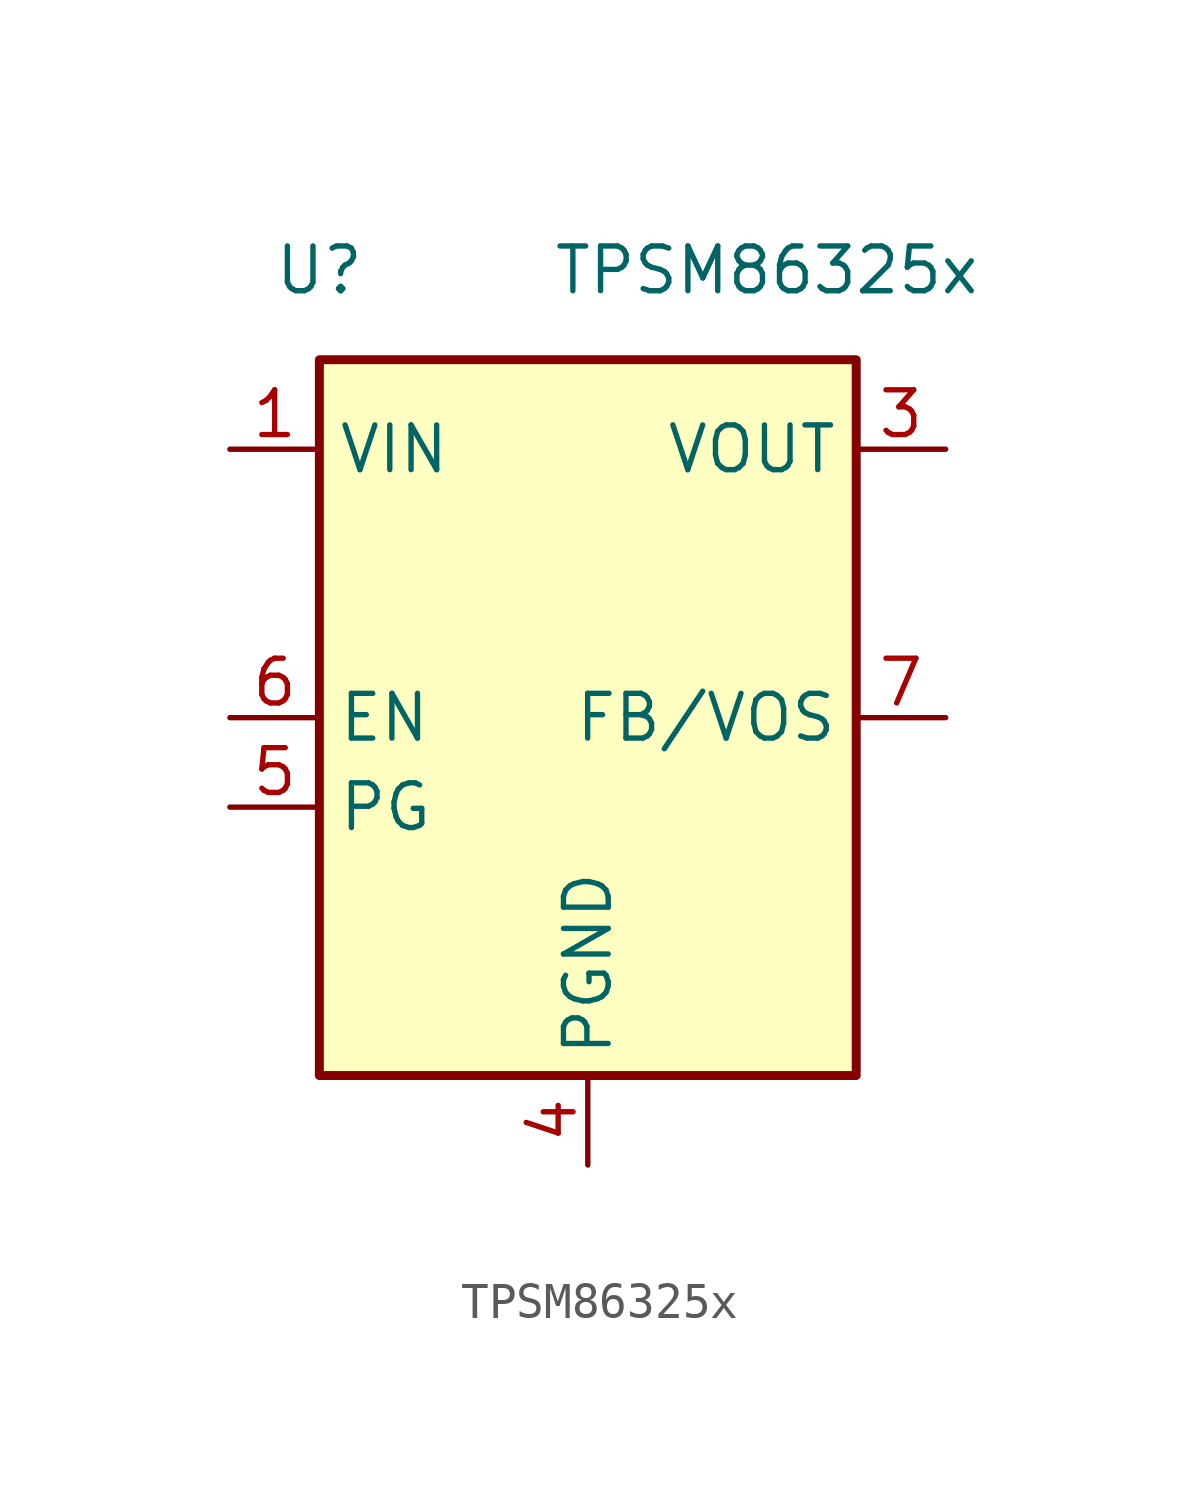
<source format=kicad_sym>
(kicad_symbol_lib
  (version 20231120)
  (generator "kicad_symbol_editor")
  (generator_version "8.0")
  (symbol "TPSM86325x"
    (property "Reference" "U"
      (at -7.62 12.7 0)
      (effects (font (size 1.27 1.27))))
    (property "Value" "TPSM86325x"
      (at 5.08 12.7 0)
      (effects (font (size 1.27 1.27))))
    (symbol "TPSM86325x_1_1"
      (rectangle (start -7.62 10.16) (end 7.62 -10.16) (stroke (width 0.254) (type default)) (fill (type background)))
      (pin power_in line (at -10.16 7.62 0) (length 2.54) (name "VIN" (effects (font (size 1.27 1.27)))) (number "1" (effects (font (size 1.27 1.27)))))
      (pin power_out line (at 10.16 7.62 180) (length 2.54) (name "VOUT" (effects (font (size 1.27 1.27)))) (number "3" (effects (font (size 1.27 1.27)))))
      (pin power_in line (at 0 -12.7 90) (length 2.54) (name "PGND" (effects (font (size 1.27 1.27)))) (number "4" (effects (font (size 1.27 1.27)))))
      (pin open_collector line (at -10.16 -2.54 0) (length 2.54) (name "PG" (effects (font (size 1.27 1.27)))) (number "5" (effects (font (size 1.27 1.27)))))
      (pin input line (at -10.16 0 0) (length 2.54) (name "EN" (effects (font (size 1.27 1.27)))) (number "6" (effects (font (size 1.27 1.27)))))
      (pin input line (at 10.16 0 180) (length 2.54) (name "FB/VOS" (effects (font (size 1.27 1.27)))) (number "7" (effects (font (size 1.27 1.27))))))))
</source>
